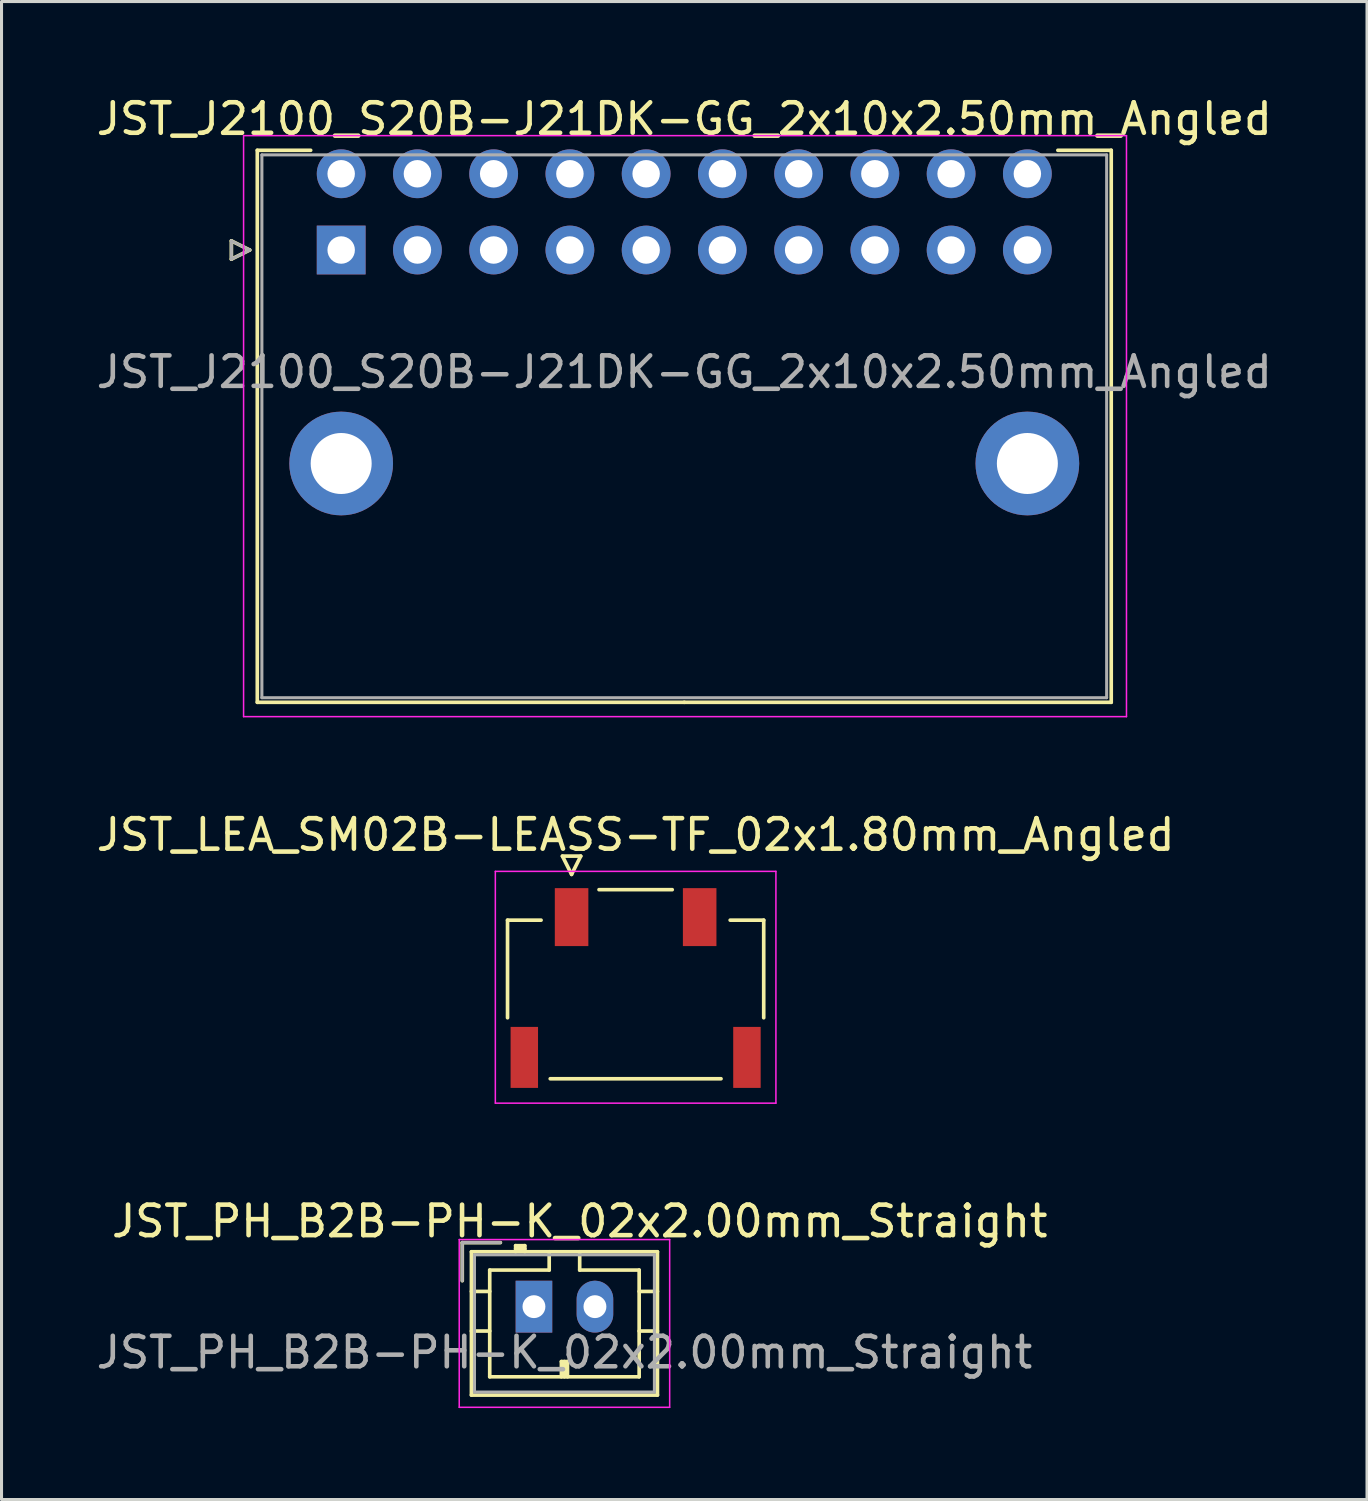
<source format=kicad_pcb>
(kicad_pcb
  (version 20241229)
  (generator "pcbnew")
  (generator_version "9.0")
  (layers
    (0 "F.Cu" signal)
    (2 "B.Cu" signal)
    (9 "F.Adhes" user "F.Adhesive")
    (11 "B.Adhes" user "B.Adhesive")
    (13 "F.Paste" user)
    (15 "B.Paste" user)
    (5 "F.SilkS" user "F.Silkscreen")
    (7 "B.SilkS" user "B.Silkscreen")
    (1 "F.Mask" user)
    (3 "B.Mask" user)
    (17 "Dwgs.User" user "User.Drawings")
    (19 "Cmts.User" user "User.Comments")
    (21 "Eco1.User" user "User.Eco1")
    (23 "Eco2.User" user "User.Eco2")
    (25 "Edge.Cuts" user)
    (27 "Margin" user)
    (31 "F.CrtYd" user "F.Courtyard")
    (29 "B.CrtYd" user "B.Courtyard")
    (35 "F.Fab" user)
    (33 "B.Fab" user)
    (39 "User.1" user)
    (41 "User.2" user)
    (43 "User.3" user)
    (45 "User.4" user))
  (footprint "JST_LEA_SM02B-LEASS-TF_02x1.80mm_Angled"
    (layer "F.Cu")
    (at 17.792 29.322)
    (property "Reference" "JST_LEA_SM02B-LEASS-TF_02x1.80mm_Angled" (at 0 -5 0) (layer "F.SilkS") (effects (font (size 1 1) (thickness 0.15))))
    (attr smd)
    (fp_line (start -4.2 -2.2) (end -3.1 -2.2) (stroke (width 0.12) (type solid)) (layer "F.SilkS"))
    (fp_line (start -4.2 1) (end -4.2 -2.2) (stroke (width 0.12) (type solid)) (layer "F.SilkS"))
    (fp_line (start -2.4 -4.3) (end -2.1 -3.7) (stroke (width 0.12) (type solid)) (layer "F.SilkS"))
    (fp_line (start -2.1 -3.7) (end -1.8 -4.3) (stroke (width 0.12) (type solid)) (layer "F.SilkS"))
    (fp_line (start -1.8 -4.3) (end -2.4 -4.3) (stroke (width 0.12) (type solid)) (layer "F.SilkS"))
    (fp_line (start 1.2 -3.2) (end -1.2 -3.2) (stroke (width 0.12) (type solid)) (layer "F.SilkS"))
    (fp_line (start 2.8 3) (end -2.8 3) (stroke (width 0.12) (type solid)) (layer "F.SilkS"))
    (fp_line (start 4.2 -2.2) (end 3.1 -2.2) (stroke (width 0.12) (type solid)) (layer "F.SilkS"))
    (fp_line (start 4.2 1) (end 4.2 -2.2) (stroke (width 0.12) (type solid)) (layer "F.SilkS"))
    (fp_line (start -4.6 -3.8) (end 4.6 -3.8) (stroke (width 0.05) (type solid)) (layer "F.CrtYd"))
    (fp_line (start -4.6 3.8) (end -4.6 -3.8) (stroke (width 0.05) (type solid)) (layer "F.CrtYd"))
    (fp_line (start 4.6 -3.8) (end 4.6 3.8) (stroke (width 0.05) (type solid)) (layer "F.CrtYd"))
    (fp_line (start 4.6 3.8) (end -4.6 3.8) (stroke (width 0.05) (type solid)) (layer "F.CrtYd"))
    (pad "" smd rect (at -3.65 2.3) (size 0.9 2) (layers "F.Cu" "F.Mask" "F.Paste"))
    (pad "" smd rect (at 3.65 2.3) (size 0.9 2) (layers "F.Cu" "F.Mask" "F.Paste"))
    (pad "1" smd rect (at -2.1 -2.3) (size 1.1 1.9) (layers "F.Cu" "F.Mask" "F.Paste"))
    (pad "2" smd rect (at 2.1 -2.3) (size 1.1 1.9) (layers "F.Cu" "F.Mask" "F.Paste")))
  (footprint "JST_PH_B2B-PH-K_02x2.00mm_Straight"
    (layer "F.Cu")
    (at 14.458 39.795)
    (property "Reference" "JST_PH_B2B-PH-K_02x2.00mm_Straight" (at 1.5 -2.8 0) (layer "F.SilkS") (effects (font (size 1 1) (thickness 0.15))))
    (attr through_hole)
    (fp_line (start -2.35 -2.1) (end -2.35 -0.85) (stroke (width 0.12) (type solid)) (layer "F.SilkS"))
    (fp_line (start -2.05 -1.8) (end -2.05 2.9) (stroke (width 0.12) (type solid)) (layer "F.SilkS"))
    (fp_line (start -2.05 -0.5) (end -1.45 -0.5) (stroke (width 0.12) (type solid)) (layer "F.SilkS"))
    (fp_line (start -2.05 0.8) (end -1.45 0.8) (stroke (width 0.12) (type solid)) (layer "F.SilkS"))
    (fp_line (start -2.05 2.9) (end 4.05 2.9) (stroke (width 0.12) (type solid)) (layer "F.SilkS"))
    (fp_line (start -1.45 -1.2) (end -1.45 2.3) (stroke (width 0.12) (type solid)) (layer "F.SilkS"))
    (fp_line (start -1.45 2.3) (end 3.45 2.3) (stroke (width 0.12) (type solid)) (layer "F.SilkS"))
    (fp_line (start -1.1 -2.1) (end -2.35 -2.1) (stroke (width 0.12) (type solid)) (layer "F.SilkS"))
    (fp_line (start -0.6 -2) (end -0.6 -1.8) (stroke (width 0.12) (type solid)) (layer "F.SilkS"))
    (fp_line (start -0.3 -2) (end -0.6 -2) (stroke (width 0.12) (type solid)) (layer "F.SilkS"))
    (fp_line (start -0.3 -1.9) (end -0.6 -1.9) (stroke (width 0.12) (type solid)) (layer "F.SilkS"))
    (fp_line (start -0.3 -1.8) (end -0.3 -2) (stroke (width 0.12) (type solid)) (layer "F.SilkS"))
    (fp_line (start 0.5 -1.8) (end 0.5 -1.2) (stroke (width 0.12) (type solid)) (layer "F.SilkS"))
    (fp_line (start 0.5 -1.2) (end -1.45 -1.2) (stroke (width 0.12) (type solid)) (layer "F.SilkS"))
    (fp_line (start 0.9 1.8) (end 1.1 1.8) (stroke (width 0.12) (type solid)) (layer "F.SilkS"))
    (fp_line (start 0.9 2.3) (end 0.9 1.8) (stroke (width 0.12) (type solid)) (layer "F.SilkS"))
    (fp_line (start 1 2.3) (end 1 1.8) (stroke (width 0.12) (type solid)) (layer "F.SilkS"))
    (fp_line (start 1.1 1.8) (end 1.1 2.3) (stroke (width 0.12) (type solid)) (layer "F.SilkS"))
    (fp_line (start 1.5 -1.2) (end 1.5 -1.8) (stroke (width 0.12) (type solid)) (layer "F.SilkS"))
    (fp_line (start 3.45 -1.2) (end 1.5 -1.2) (stroke (width 0.12) (type solid)) (layer "F.SilkS"))
    (fp_line (start 3.45 2.3) (end 3.45 -1.2) (stroke (width 0.12) (type solid)) (layer "F.SilkS"))
    (fp_line (start 4.05 -1.8) (end -2.05 -1.8) (stroke (width 0.12) (type solid)) (layer "F.SilkS"))
    (fp_line (start 4.05 -0.5) (end 3.45 -0.5) (stroke (width 0.12) (type solid)) (layer "F.SilkS"))
    (fp_line (start 4.05 0.8) (end 3.45 0.8) (stroke (width 0.12) (type solid)) (layer "F.SilkS"))
    (fp_line (start 4.05 2.9) (end 4.05 -1.8) (stroke (width 0.12) (type solid)) (layer "F.SilkS"))
    (fp_line (start -2.45 -2.2) (end -2.45 3.3) (stroke (width 0.05) (type solid)) (layer "F.CrtYd"))
    (fp_line (start -2.45 3.3) (end 4.45 3.3) (stroke (width 0.05) (type solid)) (layer "F.CrtYd"))
    (fp_line (start 4.45 -2.2) (end -2.45 -2.2) (stroke (width 0.05) (type solid)) (layer "F.CrtYd"))
    (fp_line (start 4.45 3.3) (end 4.45 -2.2) (stroke (width 0.05) (type solid)) (layer "F.CrtYd"))
    (fp_line (start -2.35 -2.1) (end -2.35 -0.85) (stroke (width 0.1) (type solid)) (layer "F.Fab"))
    (fp_line (start -1.95 -1.7) (end -1.95 2.8) (stroke (width 0.1) (type solid)) (layer "F.Fab"))
    (fp_line (start -1.95 2.8) (end 3.95 2.8) (stroke (width 0.1) (type solid)) (layer "F.Fab"))
    (fp_line (start -1.1 -2.1) (end -2.35 -2.1) (stroke (width 0.1) (type solid)) (layer "F.Fab"))
    (fp_line (start 3.95 -1.7) (end -1.95 -1.7) (stroke (width 0.1) (type solid)) (layer "F.Fab"))
    (fp_line (start 3.95 2.8) (end 3.95 -1.7) (stroke (width 0.1) (type solid)) (layer "F.Fab"))
    (fp_text user "${REFERENCE}" (at 1 1.5 0) (layer "F.Fab") (effects (font (size 1 1) (thickness 0.15))))
    (pad "1" thru_hole rect (at 0 0) (size 1.2 1.7) (drill 0.75) (layers "*.Cu" "*.Mask"))
    (pad "2" thru_hole oval (at 2 0) (size 1.2 1.7) (drill 0.75) (layers "*.Cu" "*.Mask")))
  (footprint "JST_J2100_S20B-J21DK-GG_2x10x2.50mm_Angled"
    (layer "F.Cu")
    (at 8.137 5.148)
    (property "Reference" "JST_J2100_S20B-J21DK-GG_2x10x2.50mm_Angled" (at 11.25 -4.3 0) (layer "F.SilkS") (effects (font (size 1 1) (thickness 0.15))))
    (attr through_hole)
    (fp_line (start -3.6 -0.3) (end -3 0) (stroke (width 0.12) (type solid)) (layer "F.SilkS"))
    (fp_line (start -3.6 0.3) (end -3.6 -0.3) (stroke (width 0.12) (type solid)) (layer "F.SilkS"))
    (fp_line (start -3 0) (end -3.6 0.3) (stroke (width 0.12) (type solid)) (layer "F.SilkS"))
    (fp_line (start -2.75 -3.27) (end -2.75 14.83) (stroke (width 0.12) (type solid)) (layer "F.SilkS"))
    (fp_line (start -2.75 14.83) (end 11.25 14.83) (stroke (width 0.12) (type solid)) (layer "F.SilkS"))
    (fp_line (start -1 -3.27) (end -2.75 -3.27) (stroke (width 0.12) (type solid)) (layer "F.SilkS"))
    (fp_line (start 23.5 -3.27) (end 25.25 -3.27) (stroke (width 0.12) (type solid)) (layer "F.SilkS"))
    (fp_line (start 25.25 -3.27) (end 25.25 14.83) (stroke (width 0.12) (type solid)) (layer "F.SilkS"))
    (fp_line (start 25.25 14.83) (end 11.25 14.83) (stroke (width 0.12) (type solid)) (layer "F.SilkS"))
    (fp_line (start -3.2 -3.75) (end -3.2 15.3) (stroke (width 0.05) (type solid)) (layer "F.CrtYd"))
    (fp_line (start -3.2 15.3) (end 25.75 15.3) (stroke (width 0.05) (type solid)) (layer "F.CrtYd"))
    (fp_line (start 25.75 -3.75) (end -3.2 -3.75) (stroke (width 0.05) (type solid)) (layer "F.CrtYd"))
    (fp_line (start 25.75 15.3) (end 25.75 -3.75) (stroke (width 0.05) (type solid)) (layer "F.CrtYd"))
    (fp_line (start -3.6 -0.3) (end -3 0) (stroke (width 0.1) (type solid)) (layer "F.Fab"))
    (fp_line (start -3.6 0.3) (end -3.6 -0.3) (stroke (width 0.1) (type solid)) (layer "F.Fab"))
    (fp_line (start -3 0) (end -3.6 0.3) (stroke (width 0.1) (type solid)) (layer "F.Fab"))
    (fp_line (start -2.6 -3.12) (end -2.6 14.68) (stroke (width 0.1) (type solid)) (layer "F.Fab"))
    (fp_line (start -2.6 14.68) (end 25.1 14.68) (stroke (width 0.1) (type solid)) (layer "F.Fab"))
    (fp_line (start 25.1 -3.12) (end -2.6 -3.12) (stroke (width 0.1) (type solid)) (layer "F.Fab"))
    (fp_line (start 25.1 14.68) (end 25.1 -3.12) (stroke (width 0.1) (type solid)) (layer "F.Fab"))
    (fp_text user "${REFERENCE}" (at 11.25 4 0) (layer "F.Fab") (effects (font (size 1 1) (thickness 0.15))))
    (pad "" thru_hole circle (at 0 7) (size 3.4 3.4) (drill 2) (layers "*.Cu" "*.Mask"))
    (pad "" thru_hole circle (at 22.5 7) (size 3.4 3.4) (drill 2) (layers "*.Cu" "*.Mask"))
    (pad "1" thru_hole rect (at 0 0) (size 1.6 1.6) (drill 0.9) (layers "*.Cu" "*.Mask"))
    (pad "2" thru_hole circle (at 0 -2.5) (size 1.6 1.6) (drill 0.9) (layers "*.Cu" "*.Mask"))
    (pad "3" thru_hole circle (at 2.5 0) (size 1.6 1.6) (drill 0.9) (layers "*.Cu" "*.Mask"))
    (pad "4" thru_hole circle (at 2.5 -2.5) (size 1.6 1.6) (drill 0.9) (layers "*.Cu" "*.Mask"))
    (pad "5" thru_hole circle (at 5 0) (size 1.6 1.6) (drill 0.9) (layers "*.Cu" "*.Mask"))
    (pad "6" thru_hole circle (at 5 -2.5) (size 1.6 1.6) (drill 0.9) (layers "*.Cu" "*.Mask"))
    (pad "7" thru_hole circle (at 7.5 0) (size 1.6 1.6) (drill 0.9) (layers "*.Cu" "*.Mask"))
    (pad "8" thru_hole circle (at 7.5 -2.5) (size 1.6 1.6) (drill 0.9) (layers "*.Cu" "*.Mask"))
    (pad "9" thru_hole circle (at 10 0) (size 1.6 1.6) (drill 0.9) (layers "*.Cu" "*.Mask"))
    (pad "10" thru_hole circle (at 10 -2.5) (size 1.6 1.6) (drill 0.9) (layers "*.Cu" "*.Mask"))
    (pad "11" thru_hole circle (at 12.5 0) (size 1.6 1.6) (drill 0.9) (layers "*.Cu" "*.Mask"))
    (pad "12" thru_hole circle (at 12.5 -2.5) (size 1.6 1.6) (drill 0.9) (layers "*.Cu" "*.Mask"))
    (pad "13" thru_hole circle (at 15 0) (size 1.6 1.6) (drill 0.9) (layers "*.Cu" "*.Mask"))
    (pad "14" thru_hole circle (at 15 -2.5) (size 1.6 1.6) (drill 0.9) (layers "*.Cu" "*.Mask"))
    (pad "15" thru_hole circle (at 17.5 0) (size 1.6 1.6) (drill 0.9) (layers "*.Cu" "*.Mask"))
    (pad "16" thru_hole circle (at 17.5 -2.5) (size 1.6 1.6) (drill 0.9) (layers "*.Cu" "*.Mask"))
    (pad "17" thru_hole circle (at 20 0) (size 1.6 1.6) (drill 0.9) (layers "*.Cu" "*.Mask"))
    (pad "18" thru_hole circle (at 20 -2.5) (size 1.6 1.6) (drill 0.9) (layers "*.Cu" "*.Mask"))
    (pad "19" thru_hole circle (at 22.5 0) (size 1.6 1.6) (drill 0.9) (layers "*.Cu" "*.Mask"))
    (pad "20" thru_hole circle (at 22.5 -2.5) (size 1.6 1.6) (drill 0.9) (layers "*.Cu" "*.Mask")))
  (gr_rect
    (start -3 -3)
    (end 41.774 46.12)
    (stroke (width 0.1) (type default))
    (fill no)
    (layer "Edge.Cuts")))
</source>
